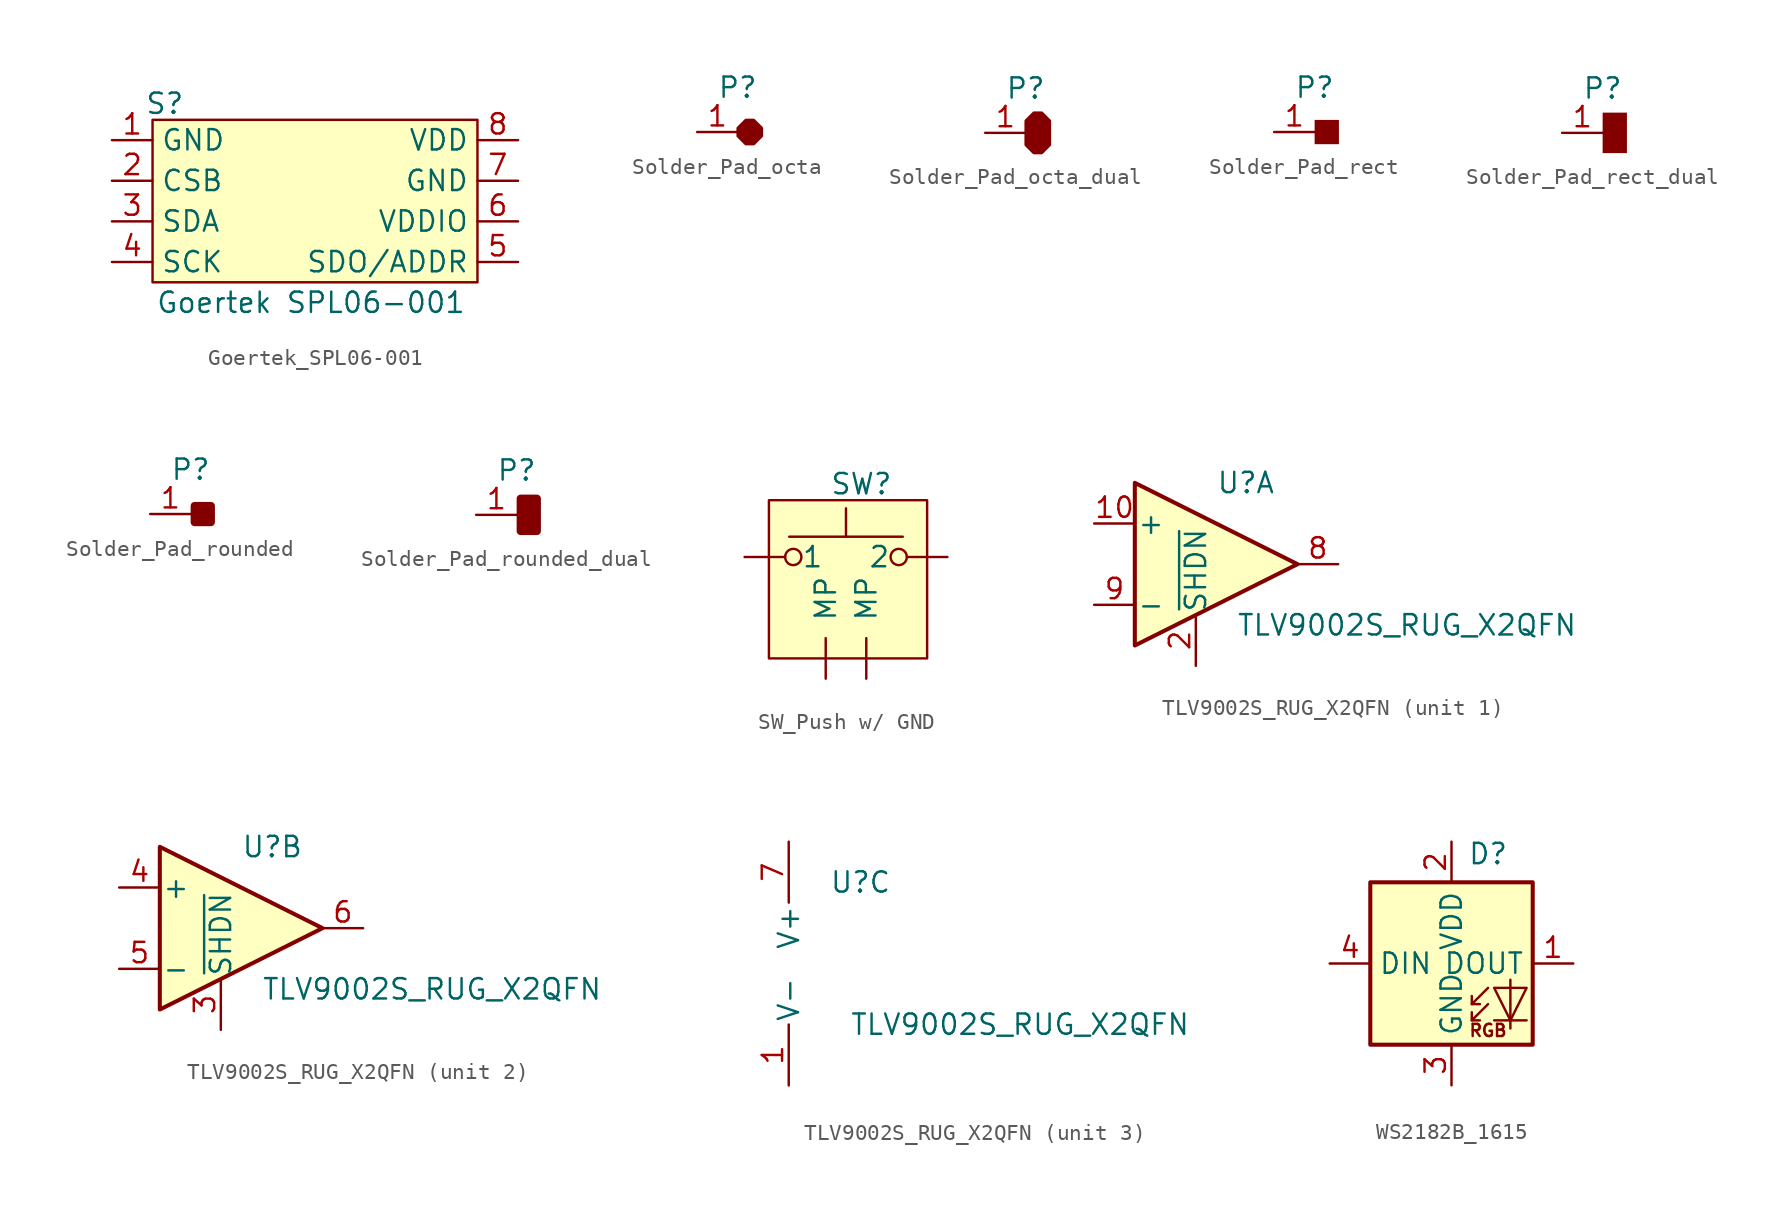
<source format=kicad_sym>
(kicad_symbol_lib
  (version 20241209)
  (generator "kicad_symbol_editor")
  (generator_version "9.0")
  (symbol "Goertek_SPL06-001"
    (property "Reference" "S"
      (at -9.398 6.096 0)
      (effects (font (size 1.27 1.27))))
    (property "Value" "Goertek SPL06-001"
      (at -0.254 -6.35 0)
      (effects (font (size 1.27 1.27))))
    (symbol "Goertek_SPL06-001_1_1"
      (rectangle (start -10.16 5.08) (end 10.16 -5.08) (stroke (width 0) (type default)) (fill (type background)))
      (pin power_in line (at -12.7 3.81 0) (length 2.54) (name "GND" (effects (font (size 1.27 1.27)))) (number "1" (effects (font (size 1.27 1.27)))))
      (pin input line (at -12.7 1.27 0) (length 2.54) (name "CSB" (effects (font (size 1.27 1.27)))) (number "2" (effects (font (size 1.27 1.27)))))
      (pin bidirectional line (at -12.7 -1.27 0) (length 2.54) (name "SDA" (effects (font (size 1.27 1.27)))) (number "3" (effects (font (size 1.27 1.27)))))
      (pin input line (at -12.7 -3.81 0) (length 2.54) (name "SCK" (effects (font (size 1.27 1.27)))) (number "4" (effects (font (size 1.27 1.27)))))
      (pin power_in line (at 12.7 3.81 180) (length 2.54) (name "VDD" (effects (font (size 1.27 1.27)))) (number "8" (effects (font (size 1.27 1.27)))))
      (pin power_in line (at 12.7 1.27 180) (length 2.54) (name "GND" (effects (font (size 1.27 1.27)))) (number "7" (effects (font (size 1.27 1.27)))))
      (pin power_in line (at 12.7 -1.27 180) (length 2.54) (name "VDDIO" (effects (font (size 1.27 1.27)))) (number "6" (effects (font (size 1.27 1.27)))))
      (pin bidirectional line (at 12.7 -3.81 180) (length 2.54) (name "SDO/ADDR" (effects (font (size 1.27 1.27)))) (number "5" (effects (font (size 1.27 1.27)))))))
  (symbol "Solder_Pad_octa"
    (property "Reference" "P"
      (at 0 2.794 0)
      (effects (font (size 1.27 1.27))))
    (property "Value" ""
      (at 0 0 0)
      (effects (font (size 1.27 1.27))))
    (symbol "Solder_Pad_octa_1_1"
      (polyline (pts (xy 0 0.254) (xy 0.508 0.762) (xy 1.016 0.762) (xy 1.524 0.254) (xy 1.524 -0.254) (xy 1.016 -0.762) (xy 0.508 -0.762) (xy 0 -0.254) (xy 0 0.254)) (stroke (width 0) (type default)) (fill (type outline)))
      (pin unspecified line (at -2.54 0 0) (length 2.54) (name "" (effects (font (size 1.27 1.27)))) (number "1" (effects (font (size 1.27 1.27)))))))
  (symbol "Solder_Pad_octa_dual"
    (property "Reference" "P"
      (at 0 2.794 0)
      (effects (font (size 1.27 1.27))))
    (property "Value" ""
      (at 0 0 0)
      (effects (font (size 1.27 1.27))))
    (symbol "Solder_Pad_octa_dual_1_1"
      (polyline (pts (xy 0 0.762) (xy 0.508 1.27) (xy 1.016 1.27) (xy 1.524 0.762) (xy 1.524 -0.762) (xy 1.016 -1.27) (xy 0.508 -1.27) (xy 0 -0.762) (xy 0 0.762)) (stroke (width 0) (type default)) (fill (type outline)))
      (pin unspecified line (at -2.54 0 0) (length 2.54) (name "" (effects (font (size 1.27 1.27)))) (number "1" (effects (font (size 1.27 1.27)))))
      (pin unspecified line (at -2.54 0 0) (length 2.54) (hide yes) (name "" (effects (font (size 1.27 1.27)))) (number "2" (effects (font (size 1.27 1.27)))))))
  (symbol "Solder_Pad_rect"
    (property "Reference" "P"
      (at 0 2.794 0)
      (effects (font (size 1.27 1.27))))
    (property "Value" ""
      (at 0 0 0)
      (effects (font (size 1.27 1.27))))
    (symbol "Solder_Pad_rect_1_1"
      (rectangle (start 0 0.762) (end 1.524 -0.762) (stroke (width -0.0001) (type default)) (fill (type outline)))
      (pin unspecified line (at -2.54 0 0) (length 2.54) (name "" (effects (font (size 1.27 1.27)))) (number "1" (effects (font (size 1.27 1.27)))))))
  (symbol "Solder_Pad_rect_dual"
    (property "Reference" "P"
      (at 0 2.794 0)
      (effects (font (size 1.27 1.27))))
    (property "Value" ""
      (at 0 0 0)
      (effects (font (size 1.27 1.27))))
    (symbol "Solder_Pad_rect_dual_1_1"
      (rectangle (start 0 1.27) (end 1.524 -1.27) (stroke (width -0.0001) (type default)) (fill (type outline)))
      (pin unspecified line (at -2.54 0 0) (length 2.54) (name "" (effects (font (size 1.27 1.27)))) (number "1" (effects (font (size 1.27 1.27)))))
      (pin unspecified line (at -2.54 0 0) (length 2.54) (hide yes) (name "" (effects (font (size 1.27 1.27)))) (number "2" (effects (font (size 1.27 1.27)))))))
  (symbol "Solder_Pad_rounded"
    (property "Reference" "P"
      (at 0 2.794 0)
      (effects (font (size 1.27 1.27))))
    (property "Value" ""
      (at 0 0 0)
      (effects (font (size 1.27 1.27))))
    (symbol "Solder_Pad_rounded_1_1"
      (rectangle (start 0.254 0.508) (end 1.27 -0.508) (stroke (width 0.508) (type default)) (fill (type outline)))
      (pin unspecified line (at -2.54 0 0) (length 2.54) (name "" (effects (font (size 1.27 1.27)))) (number "1" (effects (font (size 1.27 1.27)))))))
  (symbol "Solder_Pad_rounded_dual"
    (property "Reference" "P"
      (at 0 2.794 0)
      (effects (font (size 1.27 1.27))))
    (property "Value" ""
      (at 0 0 0)
      (effects (font (size 1.27 1.27))))
    (symbol "Solder_Pad_rounded_dual_1_1"
      (rectangle (start 0.254 1.016) (end 1.27 -1.016) (stroke (width 0.508) (type default)) (fill (type outline)))
      (pin unspecified line (at -2.54 0 0) (length 2.54) (name "" (effects (font (size 1.27 1.27)))) (number "1" (effects (font (size 1.27 1.27)))))
      (pin unspecified line (at -2.54 0 0) (length 2.54) (hide yes) (name "" (effects (font (size 1.27 1.27)))) (number "2" (effects (font (size 1.27 1.27)))))))
  (symbol "SW_Push w/ GND"
    (pin_numbers
      (hide yes))
    (pin_names
      (offset 1.016))
    (property "Reference" "SW"
      (at -1.016 4.572 0)
      (effects (font (size 1.27 1.27)) (justify left)))
    (symbol "SW_Push w/ GND_0_1"
      (circle (center -3.302 0) (radius 0.508) (stroke (width 0) (type default)) (fill (type none)))
      (polyline (pts (xy 0 1.27) (xy 0 3.048)) (stroke (width 0) (type default)) (fill (type none)))
      (circle (center 3.302 0) (radius 0.508) (stroke (width 0) (type default)) (fill (type none)))
      (polyline (pts (xy 3.556 1.27) (xy -3.556 1.27)) (stroke (width 0) (type default)) (fill (type none)))
      (pin passive line (at -6.35 0 0) (length 2.54) (name "1" (effects (font (size 1.27 1.27)))) (number "1" (effects (font (size 1.27 1.27)))))
      (pin passive line (at 6.35 0 180) (length 2.54) (name "2" (effects (font (size 1.27 1.27)))) (number "2" (effects (font (size 1.27 1.27))))))
    (symbol "SW_Push w/ GND_1_1"
      (rectangle (start -4.826 3.556) (end 5.08 -6.35) (stroke (width 0) (type default)) (fill (type background)))
      (pin passive line (at -1.27 -7.62 90) (length 2.54) (name "MP" (effects (font (size 1.27 1.27)))) (number "3" (effects (font (size 1.27 1.27)))))
      (pin passive line (at 1.27 -7.62 90) (length 2.54) (name "MP" (effects (font (size 1.27 1.27)))) (number "4" (effects (font (size 1.27 1.27)))))))
  (symbol "TLV9002S_RUG_X2QFN"
    (pin_names
      (offset 0.127))
    (property "Reference" "U"
      (at 0 5.08 0)
      (effects (font (size 1.27 1.27)) (justify left)))
    (property "Value" "TLV9002S_RUG_X2QFN"
      (at 1.27 -3.81 0)
      (effects (font (size 1.27 1.27)) (justify left)))
    (property "ki_locked" ""
      (at 0 0 0)
      (effects (font (size 1.27 1.27))))
    (symbol "TLV9002S_RUG_X2QFN_1_1"
      (polyline (pts (xy -5.08 5.08) (xy 5.08 0) (xy -5.08 -5.08) (xy -5.08 5.08)) (stroke (width 0.254) (type default)) (fill (type background)))
      (pin input line (at -7.62 2.54 0) (length 2.54) (name "+" (effects (font (size 1.27 1.27)))) (number "10" (effects (font (size 1.27 1.27)))))
      (pin input line (at -7.62 -2.54 0) (length 2.54) (name "-" (effects (font (size 1.27 1.27)))) (number "9" (effects (font (size 1.27 1.27)))))
      (pin input line (at -1.27 -6.35 90) (length 3.175) (name "~{SHDN}" (effects (font (size 1.27 1.27)))) (number "2" (effects (font (size 1.27 1.27)))))
      (pin output line (at 7.62 0 180) (length 2.54) (name "~" (effects (font (size 1.27 1.27)))) (number "8" (effects (font (size 1.27 1.27))))))
    (symbol "TLV9002S_RUG_X2QFN_2_1"
      (polyline (pts (xy -5.08 5.08) (xy 5.08 0) (xy -5.08 -5.08) (xy -5.08 5.08)) (stroke (width 0.254) (type default)) (fill (type background)))
      (pin input line (at -7.62 2.54 0) (length 2.54) (name "+" (effects (font (size 1.27 1.27)))) (number "4" (effects (font (size 1.27 1.27)))))
      (pin input line (at -7.62 -2.54 0) (length 2.54) (name "-" (effects (font (size 1.27 1.27)))) (number "5" (effects (font (size 1.27 1.27)))))
      (pin input line (at -1.27 -6.35 90) (length 3.175) (name "~{SHDN}" (effects (font (size 1.27 1.27)))) (number "3" (effects (font (size 1.27 1.27)))))
      (pin output line (at 7.62 0 180) (length 2.54) (name "~" (effects (font (size 1.27 1.27)))) (number "6" (effects (font (size 1.27 1.27))))))
    (symbol "TLV9002S_RUG_X2QFN_3_1"
      (pin power_in line (at -2.54 7.62 270) (length 3.81) (name "V+" (effects (font (size 1.27 1.27)))) (number "7" (effects (font (size 1.27 1.27)))))
      (pin power_in line (at -2.54 -7.62 90) (length 3.81) (name "V-" (effects (font (size 1.27 1.27)))) (number "1" (effects (font (size 1.27 1.27)))))))
  (symbol "WS2182B_1615"
    (property "Reference" "D"
      (at 2.286 6.858 0)
      (effects (font (size 1.27 1.27))))
    (property "Value" ""
      (at 0 0 0)
      (effects (font (size 1.27 1.27))))
    (symbol "WS2182B_1615_0_0"
      (text "RGB" (at 2.286 -4.191 0) (effects (font (size 0.762 0.762)))))
    (symbol "WS2182B_1615_0_1"
      (polyline (pts (xy 1.27 -2.54) (xy 1.778 -2.54)) (stroke (width 0) (type default)) (fill (type none)))
      (polyline (pts (xy 1.27 -3.556) (xy 1.778 -3.556)) (stroke (width 0) (type default)) (fill (type none)))
      (polyline (pts (xy 2.286 -1.524) (xy 1.27 -2.54) (xy 1.27 -2.032)) (stroke (width 0) (type default)) (fill (type none)))
      (polyline (pts (xy 2.286 -2.54) (xy 1.27 -3.556) (xy 1.27 -3.048)) (stroke (width 0) (type default)) (fill (type none)))
      (polyline (pts (xy 3.683 -1.016) (xy 3.683 -3.556) (xy 3.683 -4.064)) (stroke (width 0) (type default)) (fill (type none)))
      (polyline (pts (xy 4.699 -1.524) (xy 2.667 -1.524) (xy 3.683 -3.556) (xy 4.699 -1.524)) (stroke (width 0) (type default)) (fill (type none)))
      (polyline (pts (xy 4.699 -3.556) (xy 2.667 -3.556)) (stroke (width 0) (type default)) (fill (type none)))
      (rectangle (start 5.08 5.08) (end -5.08 -5.08) (stroke (width 0.254) (type default)) (fill (type background))))
    (symbol "WS2182B_1615_1_1"
      (pin input line (at -7.62 0 0) (length 2.54) (name "DIN" (effects (font (size 1.27 1.27)))) (number "4" (effects (font (size 1.27 1.27)))))
      (pin power_in line (at 0 7.62 270) (length 2.54) (name "VDD" (effects (font (size 1.27 1.27)))) (number "2" (effects (font (size 1.27 1.27)))))
      (pin power_in line (at 0 -7.62 90) (length 2.54) (name "GND" (effects (font (size 1.27 1.27)))) (number "3" (effects (font (size 1.27 1.27)))))
      (pin output line (at 7.62 0 180) (length 2.54) (name "DOUT" (effects (font (size 1.27 1.27)))) (number "1" (effects (font (size 1.27 1.27))))))))
</source>
